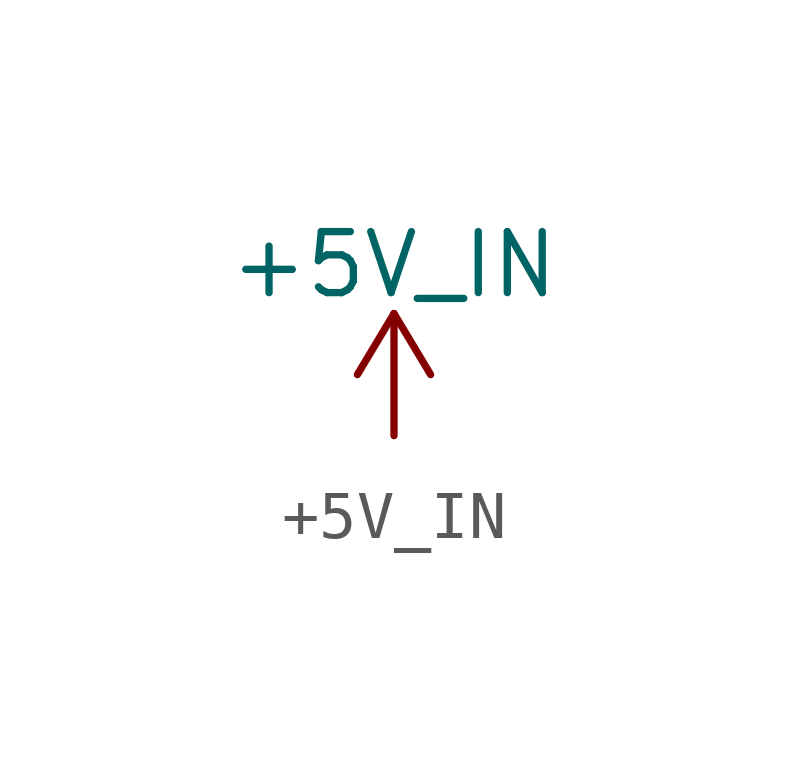
<source format=kicad_sym>
(kicad_symbol_lib
  (version 20211014)
  (generator kicad_symbol_editor)
  (symbol "+5V_IN"
    (power)
    (pin_names
      (offset 0))
    (property "Reference" "#PWR"
      (at 0 -3.81 0)
      (effects (font (size 1.27 1.27)) hide))
    (property "Value" "+5V_IN"
      (at 0 3.556 0)
      (effects (font (size 1.27 1.27))))
    (symbol "+5V_IN_0_1"
      (polyline (pts (xy -0.762 1.27) (xy 0 2.54)) (stroke (width 0) (type default) (color 0 0 0 0)) (fill (type none)))
      (polyline (pts (xy 0 0) (xy 0 2.54)) (stroke (width 0) (type default) (color 0 0 0 0)) (fill (type none)))
      (polyline (pts (xy 0 2.54) (xy 0.762 1.27)) (stroke (width 0) (type default) (color 0 0 0 0)) (fill (type none))))
    (symbol "+5V_IN_1_1"
      (pin power_in line (at 0 0 90) (length 0) hide (name "+5V_IN" (effects (font (size 1.27 1.27)))) (number "1" (effects (font (size 1.27 1.27))))))))
</source>
